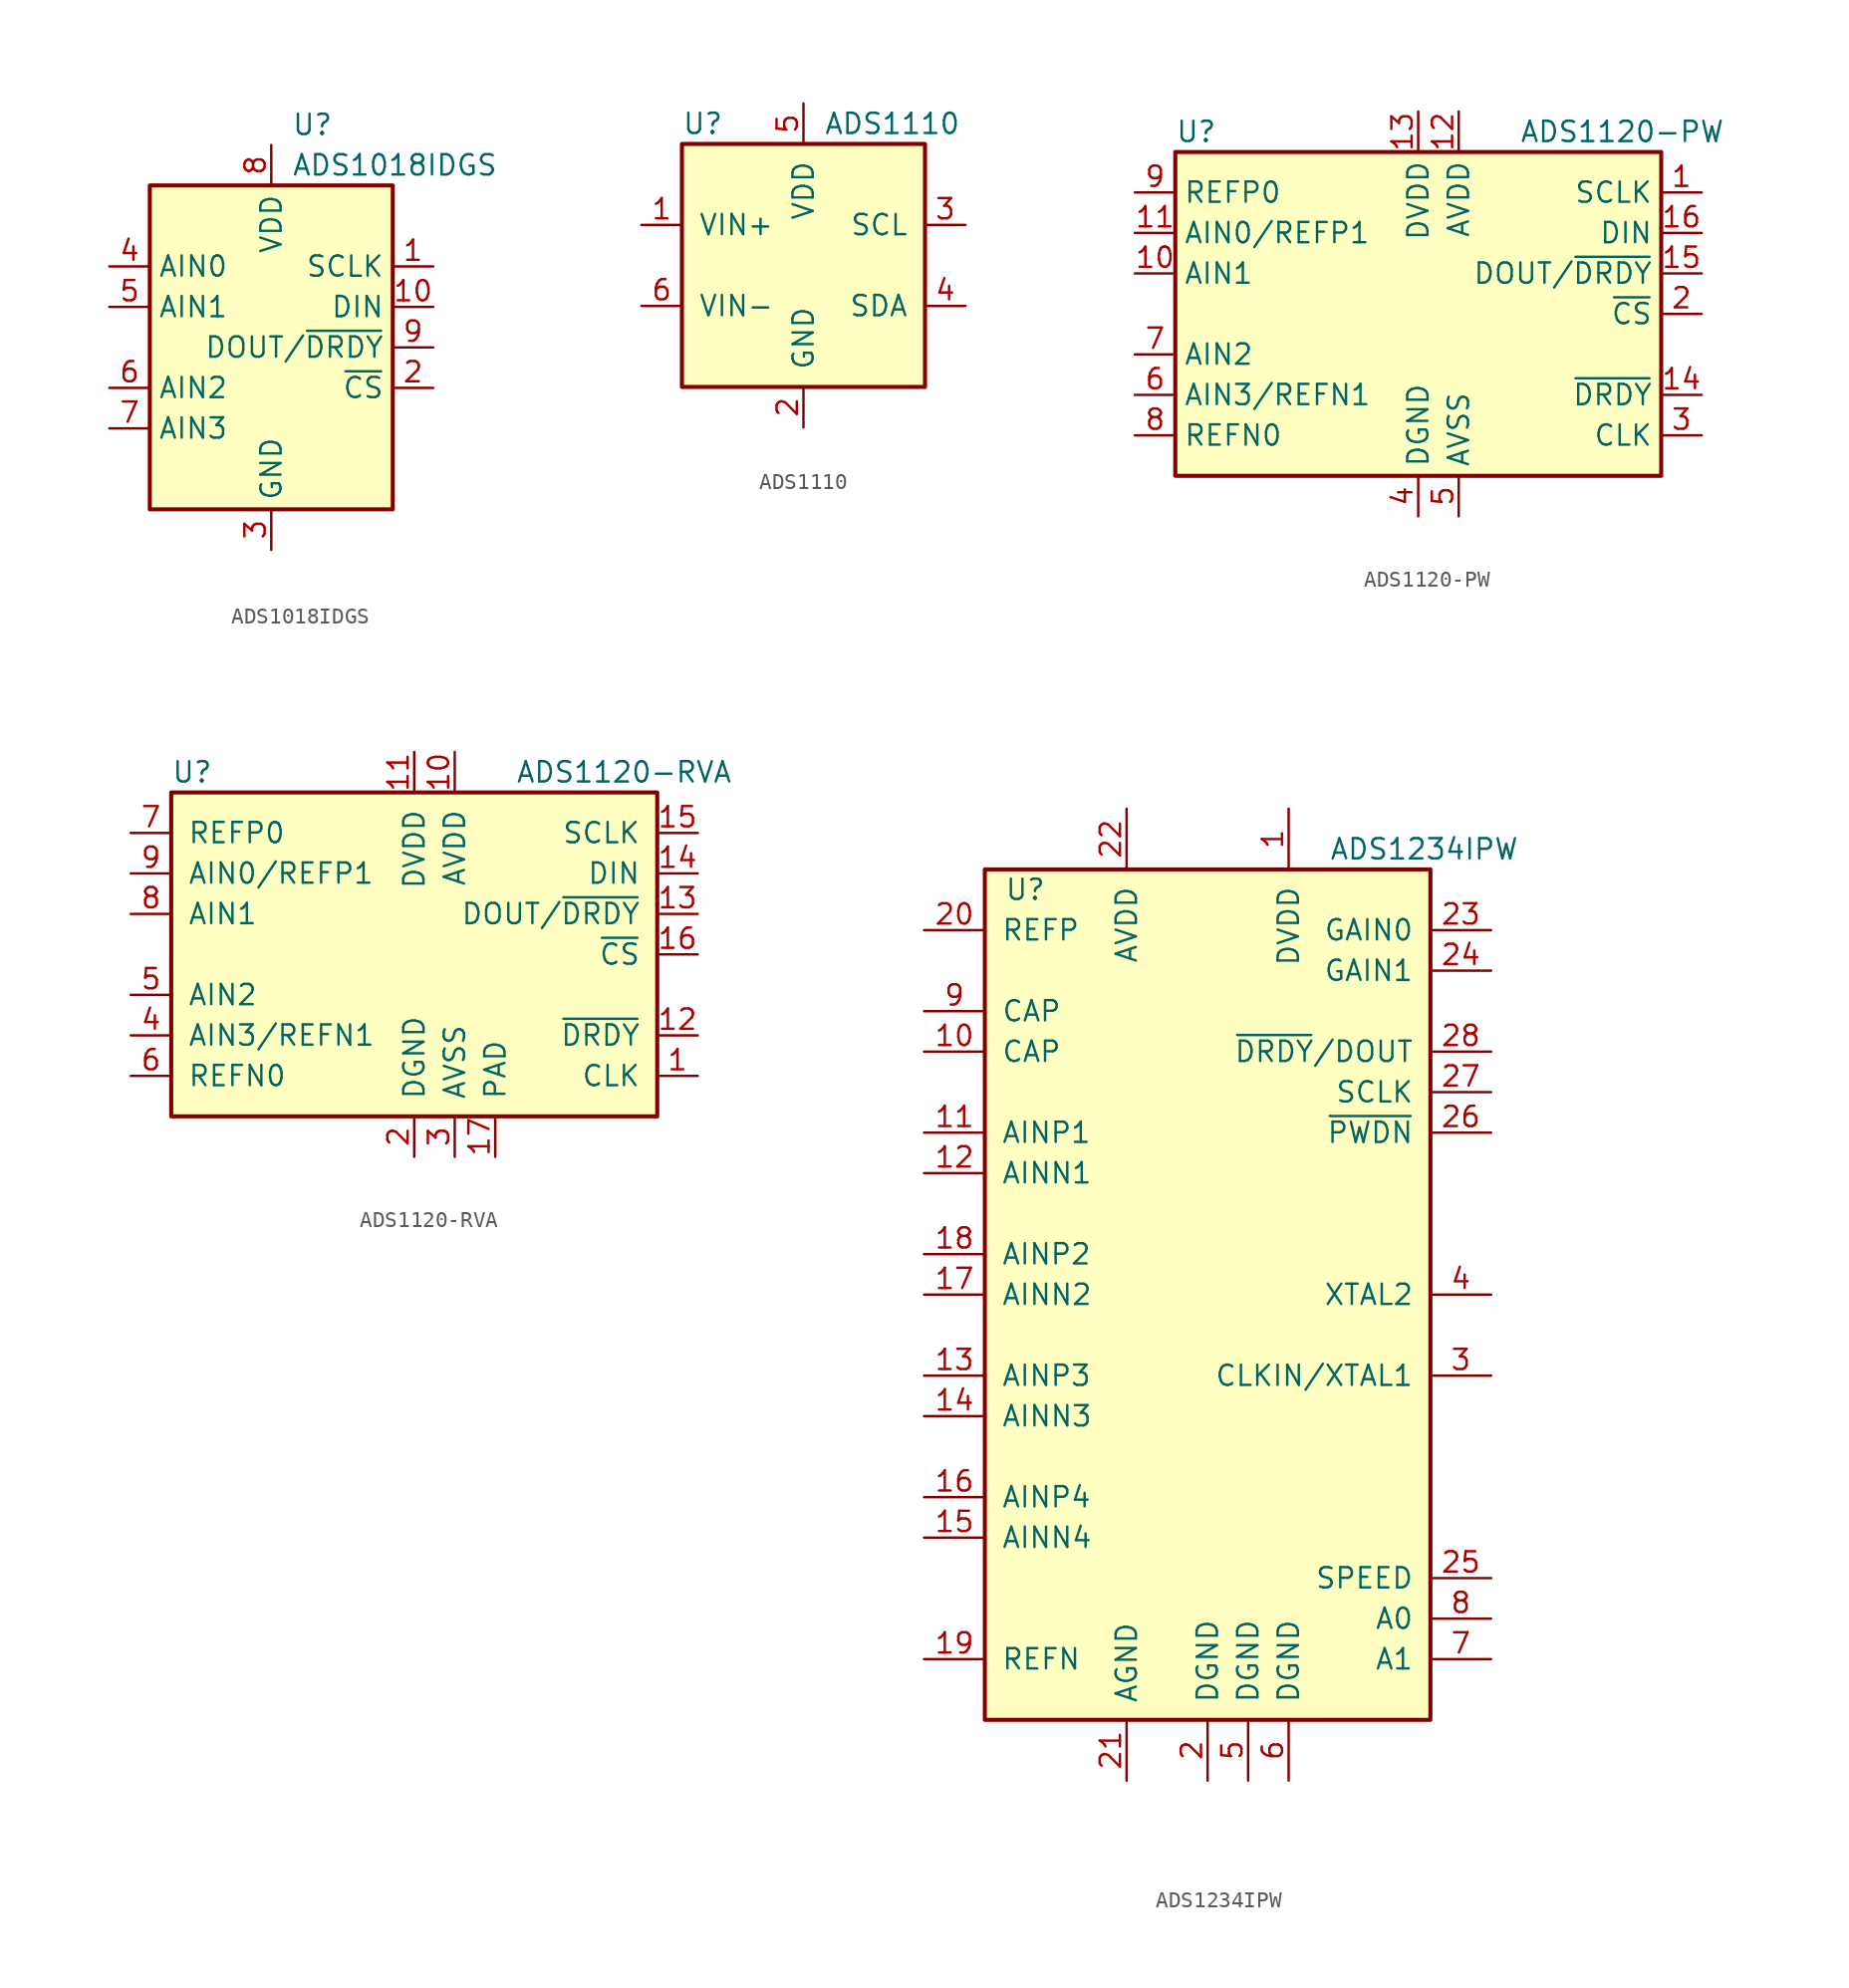
<source format=kicad_sym>
(kicad_symbol_lib
  (version 20241209)
  (generator "kicad_symbol_editor")
  (generator_version "9.0")
  (symbol "ADS1018IDGS"
    (property "Reference" "U"
      (at 1.27 13.97 0)
      (effects (font (size 1.27 1.27)) (justify left)))
    (property "Value" "ADS1018IDGS"
      (at 1.27 11.43 0)
      (effects (font (size 1.27 1.27)) (justify left)))
    (symbol "ADS1018IDGS_0_1"
      (rectangle (start 7.62 10.16) (end -7.62 -10.16) (stroke (width 0.254) (type default)) (fill (type background))))
    (symbol "ADS1018IDGS_1_1"
      (pin input line (at -10.16 5.08 0) (length 2.54) (name "AIN0" (effects (font (size 1.27 1.27)))) (number "4" (effects (font (size 1.27 1.27)))))
      (pin input line (at -10.16 2.54 0) (length 2.54) (name "AIN1" (effects (font (size 1.27 1.27)))) (number "5" (effects (font (size 1.27 1.27)))))
      (pin input line (at -10.16 -2.54 0) (length 2.54) (name "AIN2" (effects (font (size 1.27 1.27)))) (number "6" (effects (font (size 1.27 1.27)))))
      (pin input line (at -10.16 -5.08 0) (length 2.54) (name "AIN3" (effects (font (size 1.27 1.27)))) (number "7" (effects (font (size 1.27 1.27)))))
      (pin power_in line (at 0 12.7 270) (length 2.54) (name "VDD" (effects (font (size 1.27 1.27)))) (number "8" (effects (font (size 1.27 1.27)))))
      (pin power_in line (at 0 -12.7 90) (length 2.54) (name "GND" (effects (font (size 1.27 1.27)))) (number "3" (effects (font (size 1.27 1.27)))))
      (pin input line (at 10.16 5.08 180) (length 2.54) (name "SCLK" (effects (font (size 1.27 1.27)))) (number "1" (effects (font (size 1.27 1.27)))))
      (pin input line (at 10.16 2.54 180) (length 2.54) (name "DIN" (effects (font (size 1.27 1.27)))) (number "10" (effects (font (size 1.27 1.27)))))
      (pin output line (at 10.16 0 180) (length 2.54) (name "DOUT/~{DRDY}" (effects (font (size 1.27 1.27)))) (number "9" (effects (font (size 1.27 1.27)))))
      (pin input line (at 10.16 -2.54 180) (length 2.54) (name "~{CS}" (effects (font (size 1.27 1.27)))) (number "2" (effects (font (size 1.27 1.27)))))))
  (symbol "ADS1110"
    (pin_names
      (offset 1.016))
    (property "Reference" "U"
      (at -7.62 8.89 0)
      (effects (font (size 1.27 1.27)) (justify left)))
    (property "Value" "ADS1110"
      (at 1.27 8.89 0)
      (effects (font (size 1.27 1.27)) (justify left)))
    (symbol "ADS1110_0_1"
      (rectangle (start -7.62 7.62) (end 7.62 -7.62) (stroke (width 0.254) (type default)) (fill (type background))))
    (symbol "ADS1110_1_1"
      (pin input line (at -10.16 2.54 0) (length 2.54) (name "VIN+" (effects (font (size 1.27 1.27)))) (number "1" (effects (font (size 1.27 1.27)))))
      (pin input line (at -10.16 -2.54 0) (length 2.54) (name "VIN-" (effects (font (size 1.27 1.27)))) (number "6" (effects (font (size 1.27 1.27)))))
      (pin power_in line (at 0 10.16 270) (length 2.54) (name "VDD" (effects (font (size 1.27 1.27)))) (number "5" (effects (font (size 1.27 1.27)))))
      (pin power_in line (at 0 -10.16 90) (length 2.54) (name "GND" (effects (font (size 1.27 1.27)))) (number "2" (effects (font (size 1.27 1.27)))))
      (pin input line (at 10.16 2.54 180) (length 2.54) (name "SCL" (effects (font (size 1.27 1.27)))) (number "3" (effects (font (size 1.27 1.27)))))
      (pin bidirectional line (at 10.16 -2.54 180) (length 2.54) (name "SDA" (effects (font (size 1.27 1.27)))) (number "4" (effects (font (size 1.27 1.27)))))))
  (symbol "ADS1120-PW"
    (property "Reference" "U"
      (at -15.24 11.43 0)
      (effects (font (size 1.27 1.27)) (justify left)))
    (property "Value" "ADS1120-PW"
      (at 6.35 11.43 0)
      (effects (font (size 1.27 1.27)) (justify left)))
    (symbol "ADS1120-PW_0_1"
      (rectangle (start -15.24 10.16) (end 15.24 -10.16) (stroke (width 0.254) (type default)) (fill (type background))))
    (symbol "ADS1120-PW_1_1"
      (pin input line (at -17.78 7.62 0) (length 2.54) (name "REFP0" (effects (font (size 1.27 1.27)))) (number "9" (effects (font (size 1.27 1.27)))))
      (pin input line (at -17.78 5.08 0) (length 2.54) (name "AIN0/REFP1" (effects (font (size 1.27 1.27)))) (number "11" (effects (font (size 1.27 1.27)))))
      (pin input line (at -17.78 2.54 0) (length 2.54) (name "AIN1" (effects (font (size 1.27 1.27)))) (number "10" (effects (font (size 1.27 1.27)))))
      (pin input line (at -17.78 -2.54 0) (length 2.54) (name "AIN2" (effects (font (size 1.27 1.27)))) (number "7" (effects (font (size 1.27 1.27)))))
      (pin input line (at -17.78 -5.08 0) (length 2.54) (name "AIN3/REFN1" (effects (font (size 1.27 1.27)))) (number "6" (effects (font (size 1.27 1.27)))))
      (pin input line (at -17.78 -7.62 0) (length 2.54) (name "REFN0" (effects (font (size 1.27 1.27)))) (number "8" (effects (font (size 1.27 1.27)))))
      (pin power_in line (at 0 12.7 270) (length 2.54) (name "DVDD" (effects (font (size 1.27 1.27)))) (number "13" (effects (font (size 1.27 1.27)))))
      (pin power_in line (at 0 -12.7 90) (length 2.54) (name "DGND" (effects (font (size 1.27 1.27)))) (number "4" (effects (font (size 1.27 1.27)))))
      (pin power_in line (at 2.54 12.7 270) (length 2.54) (name "AVDD" (effects (font (size 1.27 1.27)))) (number "12" (effects (font (size 1.27 1.27)))))
      (pin power_in line (at 2.54 -12.7 90) (length 2.54) (name "AVSS" (effects (font (size 1.27 1.27)))) (number "5" (effects (font (size 1.27 1.27)))))
      (pin input line (at 17.78 7.62 180) (length 2.54) (name "SCLK" (effects (font (size 1.27 1.27)))) (number "1" (effects (font (size 1.27 1.27)))))
      (pin input line (at 17.78 5.08 180) (length 2.54) (name "DIN" (effects (font (size 1.27 1.27)))) (number "16" (effects (font (size 1.27 1.27)))))
      (pin output line (at 17.78 2.54 180) (length 2.54) (name "DOUT/~{DRDY}" (effects (font (size 1.27 1.27)))) (number "15" (effects (font (size 1.27 1.27)))))
      (pin input line (at 17.78 0 180) (length 2.54) (name "~{CS}" (effects (font (size 1.27 1.27)))) (number "2" (effects (font (size 1.27 1.27)))))
      (pin output line (at 17.78 -5.08 180) (length 2.54) (name "~{DRDY}" (effects (font (size 1.27 1.27)))) (number "14" (effects (font (size 1.27 1.27)))))
      (pin input line (at 17.78 -7.62 180) (length 2.54) (name "CLK" (effects (font (size 1.27 1.27)))) (number "3" (effects (font (size 1.27 1.27)))))))
  (symbol "ADS1120-RVA"
    (pin_names
      (offset 1.016))
    (property "Reference" "U"
      (at -15.24 11.43 0)
      (effects (font (size 1.27 1.27)) (justify left)))
    (property "Value" "ADS1120-RVA"
      (at 6.35 11.43 0)
      (effects (font (size 1.27 1.27)) (justify left)))
    (symbol "ADS1120-RVA_0_1"
      (rectangle (start -15.24 10.16) (end 15.24 -10.16) (stroke (width 0.254) (type default)) (fill (type background))))
    (symbol "ADS1120-RVA_1_1"
      (pin input line (at -17.78 7.62 0) (length 2.54) (name "REFP0" (effects (font (size 1.27 1.27)))) (number "7" (effects (font (size 1.27 1.27)))))
      (pin input line (at -17.78 5.08 0) (length 2.54) (name "AIN0/REFP1" (effects (font (size 1.27 1.27)))) (number "9" (effects (font (size 1.27 1.27)))))
      (pin input line (at -17.78 2.54 0) (length 2.54) (name "AIN1" (effects (font (size 1.27 1.27)))) (number "8" (effects (font (size 1.27 1.27)))))
      (pin input line (at -17.78 -2.54 0) (length 2.54) (name "AIN2" (effects (font (size 1.27 1.27)))) (number "5" (effects (font (size 1.27 1.27)))))
      (pin input line (at -17.78 -5.08 0) (length 2.54) (name "AIN3/REFN1" (effects (font (size 1.27 1.27)))) (number "4" (effects (font (size 1.27 1.27)))))
      (pin input line (at -17.78 -7.62 0) (length 2.54) (name "REFN0" (effects (font (size 1.27 1.27)))) (number "6" (effects (font (size 1.27 1.27)))))
      (pin power_in line (at 0 12.7 270) (length 2.54) (name "DVDD" (effects (font (size 1.27 1.27)))) (number "11" (effects (font (size 1.27 1.27)))))
      (pin power_in line (at 0 -12.7 90) (length 2.54) (name "DGND" (effects (font (size 1.27 1.27)))) (number "2" (effects (font (size 1.27 1.27)))))
      (pin power_in line (at 2.54 12.7 270) (length 2.54) (name "AVDD" (effects (font (size 1.27 1.27)))) (number "10" (effects (font (size 1.27 1.27)))))
      (pin power_in line (at 2.54 -12.7 90) (length 2.54) (name "AVSS" (effects (font (size 1.27 1.27)))) (number "3" (effects (font (size 1.27 1.27)))))
      (pin passive line (at 5.08 -12.7 90) (length 2.54) (name "PAD" (effects (font (size 1.27 1.27)))) (number "17" (effects (font (size 1.27 1.27)))))
      (pin input line (at 17.78 7.62 180) (length 2.54) (name "SCLK" (effects (font (size 1.27 1.27)))) (number "15" (effects (font (size 1.27 1.27)))))
      (pin input line (at 17.78 5.08 180) (length 2.54) (name "DIN" (effects (font (size 1.27 1.27)))) (number "14" (effects (font (size 1.27 1.27)))))
      (pin output line (at 17.78 2.54 180) (length 2.54) (name "DOUT/~{DRDY}" (effects (font (size 1.27 1.27)))) (number "13" (effects (font (size 1.27 1.27)))))
      (pin input line (at 17.78 0 180) (length 2.54) (name "~{CS}" (effects (font (size 1.27 1.27)))) (number "16" (effects (font (size 1.27 1.27)))))
      (pin output line (at 17.78 -5.08 180) (length 2.54) (name "~{DRDY}" (effects (font (size 1.27 1.27)))) (number "12" (effects (font (size 1.27 1.27)))))
      (pin input line (at 17.78 -7.62 180) (length 2.54) (name "CLK" (effects (font (size 1.27 1.27)))) (number "1" (effects (font (size 1.27 1.27)))))))
  (symbol "ADS1234IPW"
    (pin_names
      (offset 1.016))
    (property "Reference" "U"
      (at -11.43 25.4 0)
      (effects (font (size 1.27 1.27))))
    (property "Value" "ADS1234IPW"
      (at 7.62 27.94 0)
      (effects (font (size 1.27 1.27)) (justify left)))
    (symbol "ADS1234IPW_0_1"
      (rectangle (start -13.97 26.67) (end 13.97 -26.67) (stroke (width 0.254) (type default)) (fill (type background))))
    (symbol "ADS1234IPW_1_1"
      (pin input line (at -17.78 22.86 0) (length 3.81) (name "REFP" (effects (font (size 1.27 1.27)))) (number "20" (effects (font (size 1.27 1.27)))))
      (pin passive line (at -17.78 17.78 0) (length 3.81) (name "CAP" (effects (font (size 1.27 1.27)))) (number "9" (effects (font (size 1.27 1.27)))))
      (pin passive line (at -17.78 15.24 0) (length 3.81) (name "CAP" (effects (font (size 1.27 1.27)))) (number "10" (effects (font (size 1.27 1.27)))))
      (pin input line (at -17.78 10.16 0) (length 3.81) (name "AINP1" (effects (font (size 1.27 1.27)))) (number "11" (effects (font (size 1.27 1.27)))))
      (pin input line (at -17.78 7.62 0) (length 3.81) (name "AINN1" (effects (font (size 1.27 1.27)))) (number "12" (effects (font (size 1.27 1.27)))))
      (pin input line (at -17.78 2.54 0) (length 3.81) (name "AINP2" (effects (font (size 1.27 1.27)))) (number "18" (effects (font (size 1.27 1.27)))))
      (pin input line (at -17.78 0 0) (length 3.81) (name "AINN2" (effects (font (size 1.27 1.27)))) (number "17" (effects (font (size 1.27 1.27)))))
      (pin input line (at -17.78 -5.08 0) (length 3.81) (name "AINP3" (effects (font (size 1.27 1.27)))) (number "13" (effects (font (size 1.27 1.27)))))
      (pin input line (at -17.78 -7.62 0) (length 3.81) (name "AINN3" (effects (font (size 1.27 1.27)))) (number "14" (effects (font (size 1.27 1.27)))))
      (pin input line (at -17.78 -12.7 0) (length 3.81) (name "AINP4" (effects (font (size 1.27 1.27)))) (number "16" (effects (font (size 1.27 1.27)))))
      (pin input line (at -17.78 -15.24 0) (length 3.81) (name "AINN4" (effects (font (size 1.27 1.27)))) (number "15" (effects (font (size 1.27 1.27)))))
      (pin input line (at -17.78 -22.86 0) (length 3.81) (name "REFN" (effects (font (size 1.27 1.27)))) (number "19" (effects (font (size 1.27 1.27)))))
      (pin power_in line (at -5.08 30.48 270) (length 3.81) (name "AVDD" (effects (font (size 1.27 1.27)))) (number "22" (effects (font (size 1.27 1.27)))))
      (pin power_in line (at -5.08 -30.48 90) (length 3.81) (name "AGND" (effects (font (size 1.27 1.27)))) (number "21" (effects (font (size 1.27 1.27)))))
      (pin power_in line (at 0 -30.48 90) (length 3.81) (name "DGND" (effects (font (size 1.27 1.27)))) (number "2" (effects (font (size 1.27 1.27)))))
      (pin power_in line (at 2.54 -30.48 90) (length 3.81) (name "DGND" (effects (font (size 1.27 1.27)))) (number "5" (effects (font (size 1.27 1.27)))))
      (pin power_in line (at 5.08 30.48 270) (length 3.81) (name "DVDD" (effects (font (size 1.27 1.27)))) (number "1" (effects (font (size 1.27 1.27)))))
      (pin power_in line (at 5.08 -30.48 90) (length 3.81) (name "DGND" (effects (font (size 1.27 1.27)))) (number "6" (effects (font (size 1.27 1.27)))))
      (pin input line (at 17.78 22.86 180) (length 3.81) (name "GAIN0" (effects (font (size 1.27 1.27)))) (number "23" (effects (font (size 1.27 1.27)))))
      (pin input line (at 17.78 20.32 180) (length 3.81) (name "GAIN1" (effects (font (size 1.27 1.27)))) (number "24" (effects (font (size 1.27 1.27)))))
      (pin output line (at 17.78 15.24 180) (length 3.81) (name "~{DRDY}/DOUT" (effects (font (size 1.27 1.27)))) (number "28" (effects (font (size 1.27 1.27)))))
      (pin input line (at 17.78 12.7 180) (length 3.81) (name "SCLK" (effects (font (size 1.27 1.27)))) (number "27" (effects (font (size 1.27 1.27)))))
      (pin input line (at 17.78 10.16 180) (length 3.81) (name "~{PWDN}" (effects (font (size 1.27 1.27)))) (number "26" (effects (font (size 1.27 1.27)))))
      (pin bidirectional line (at 17.78 0 180) (length 3.81) (name "XTAL2" (effects (font (size 1.27 1.27)))) (number "4" (effects (font (size 1.27 1.27)))))
      (pin bidirectional line (at 17.78 -5.08 180) (length 3.81) (name "CLKIN/XTAL1" (effects (font (size 1.27 1.27)))) (number "3" (effects (font (size 1.27 1.27)))))
      (pin input line (at 17.78 -17.78 180) (length 3.81) (name "SPEED" (effects (font (size 1.27 1.27)))) (number "25" (effects (font (size 1.27 1.27)))))
      (pin input line (at 17.78 -20.32 180) (length 3.81) (name "A0" (effects (font (size 1.27 1.27)))) (number "8" (effects (font (size 1.27 1.27)))))
      (pin input line (at 17.78 -22.86 180) (length 3.81) (name "A1" (effects (font (size 1.27 1.27)))) (number "7" (effects (font (size 1.27 1.27))))))))
</source>
